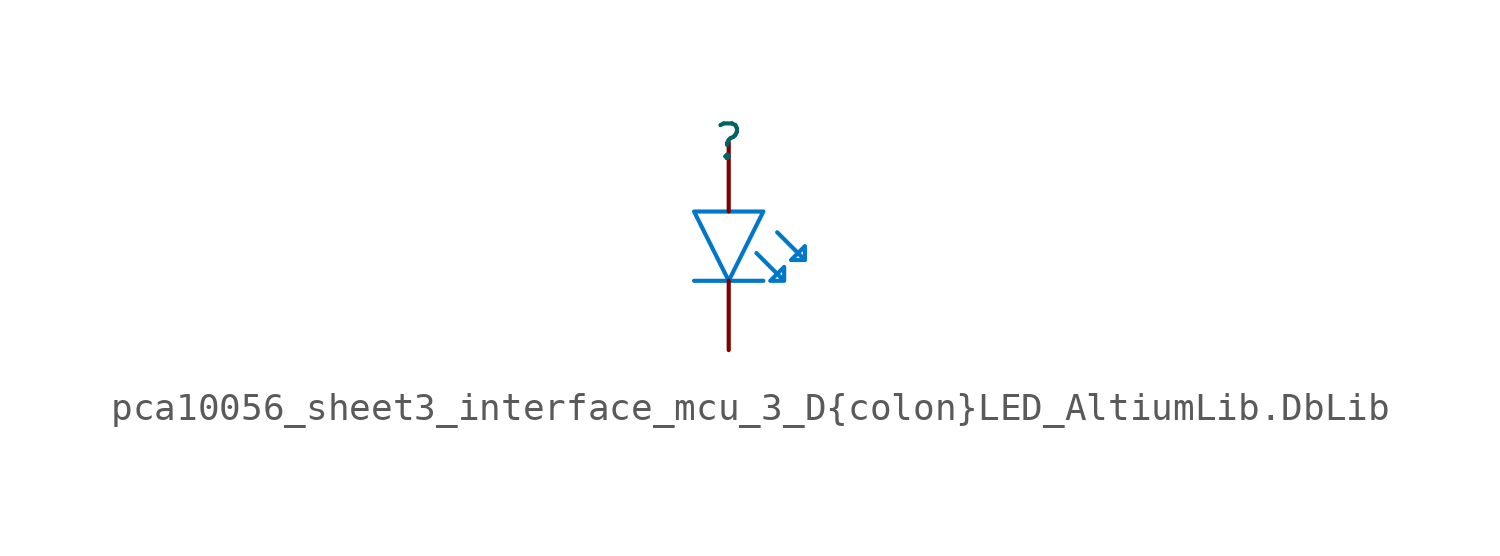
<source format=kicad_sym>
(kicad_symbol_lib
  (version 20241209)
  (generator "kicad_symbol_editor")
  (generator_version "9.0")
  (symbol "pca10056_sheet3_interface_mcu_3_D{colon}LED_AltiumLib.DbLib"
    (pin_numbers
      (hide yes))
    (pin_names
      (hide yes))
    (property "Reference" ""
      (at 0 0 0)
      (effects (font (size 1.27 1.27))))
    (property "Value" ""
      (at 0 0 0)
      (effects (font (size 1.27 1.27))))
    (symbol "pca10056_sheet3_interface_mcu_3_D{colon}LED_AltiumLib.DbLib_1_0"
      (polyline (pts (xy -1.27 -2.54) (xy 0 -5.08) (xy 1.27 -2.54) (xy -1.27 -2.54)) (stroke (width 0) (type solid) (color 0 119 200 1)) (fill (type none)))
      (polyline (pts (xy -1.27 -5.08) (xy 0 -5.08)) (stroke (width 0) (type solid) (color 0 119 200 1)) (fill (type none)))
      (polyline (pts (xy 0 -5.08) (xy 1.27 -5.08)) (stroke (width 0) (type solid) (color 0 119 200 1)) (fill (type none)))
      (polyline (pts (xy 1.016 -4.064) (xy 2.032 -5.08) (xy 2.032 -4.572) (xy 1.524 -5.08) (xy 2.032 -5.08)) (stroke (width 0) (type solid) (color 0 119 200 1)) (fill (type none)))
      (polyline (pts (xy 1.778 -3.302) (xy 2.794 -4.318) (xy 2.794 -3.81) (xy 2.286 -4.318) (xy 2.794 -4.318)) (stroke (width 0) (type solid) (color 0 119 200 1)) (fill (type none)))
      (pin passive line (at 0 0 270) (length 2.54) (name "A" (effects (font (size 1.27 1.27)))) (number "2" (effects (font (size 1.27 1.27)))))
      (pin passive line (at 0 -7.62 90) (length 2.54) (name "C" (effects (font (size 1.27 1.27)))) (number "1" (effects (font (size 1.27 1.27))))))))
</source>
